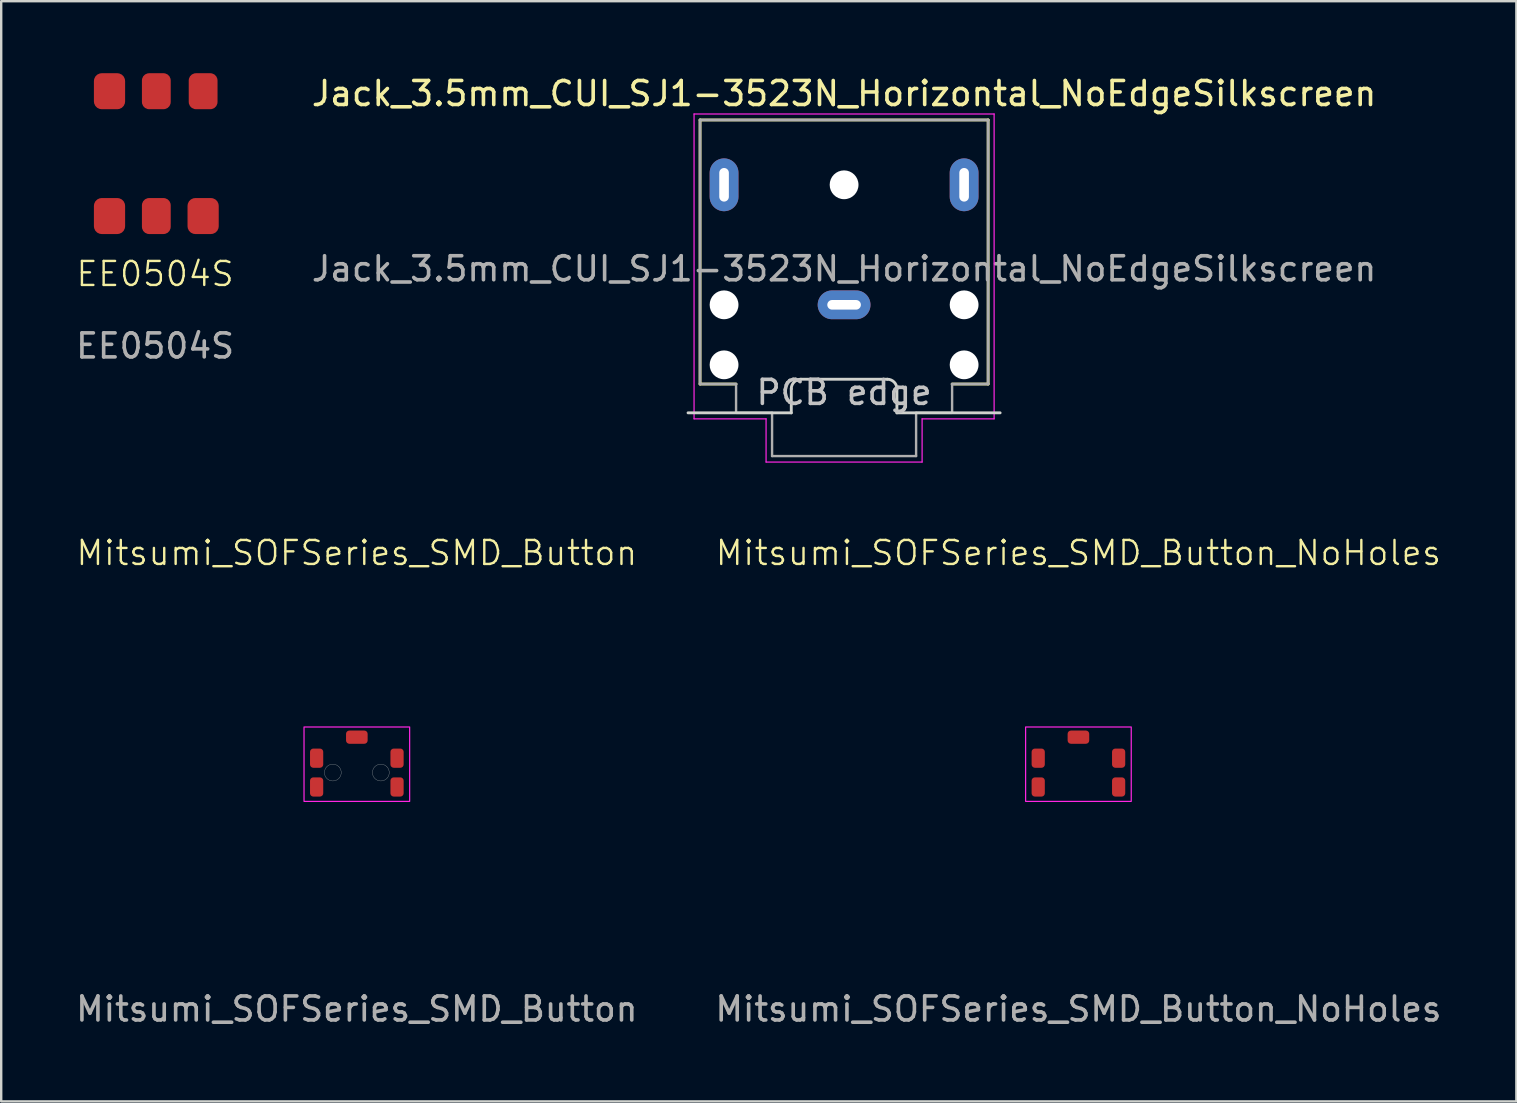
<source format=kicad_pcb>
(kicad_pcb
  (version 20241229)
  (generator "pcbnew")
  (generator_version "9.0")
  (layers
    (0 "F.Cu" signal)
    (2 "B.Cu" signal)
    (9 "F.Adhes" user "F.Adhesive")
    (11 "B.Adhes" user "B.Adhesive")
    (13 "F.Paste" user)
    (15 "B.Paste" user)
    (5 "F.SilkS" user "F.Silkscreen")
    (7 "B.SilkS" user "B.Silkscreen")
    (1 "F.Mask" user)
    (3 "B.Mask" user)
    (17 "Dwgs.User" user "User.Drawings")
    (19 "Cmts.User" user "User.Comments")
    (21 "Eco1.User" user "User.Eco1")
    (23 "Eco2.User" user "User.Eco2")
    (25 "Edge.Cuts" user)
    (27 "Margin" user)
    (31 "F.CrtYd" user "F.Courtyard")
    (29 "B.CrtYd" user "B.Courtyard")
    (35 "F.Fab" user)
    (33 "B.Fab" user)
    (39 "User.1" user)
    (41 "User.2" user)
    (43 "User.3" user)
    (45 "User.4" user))
  (footprint "Jack_3.5mm_CUI_SJ1-3523N_Horizontal_NoEdgeSilkscreen"
    (layer "F.Cu")
    (at 32.113 9.648)
    (property "Reference" "Jack_3.5mm_CUI_SJ1-3523N_Horizontal_NoEdgeSilkscreen" (at 0 -8.8 0) (layer "F.SilkS") (effects (font (size 1 1) (thickness 0.15))))
    (attr through_hole exclude_from_pos_files)
    (fp_line (start -6 -7.7) (end 6 -7.7) (stroke (width 0.12) (type solid)) (layer "F.SilkS"))
    (fp_line (start -6 3.3) (end -6 -7.7) (stroke (width 0.12) (type solid)) (layer "F.SilkS"))
    (fp_line (start -4.5 3.3) (end -6 3.3) (stroke (width 0.12) (type solid)) (layer "F.SilkS"))
    (fp_line (start 6 -7.7) (end 6 3.3) (stroke (width 0.12) (type solid)) (layer "F.SilkS"))
    (fp_line (start 6 3.3) (end 4.5 3.3) (stroke (width 0.12) (type solid)) (layer "F.SilkS"))
    (fp_line (start -2.2 3.5) (end -2.2 4.5) (stroke (width 0.12) (type solid)) (layer "Edge.Cuts"))
    (fp_line (start -2.2 4.5) (end -6.5 4.5) (stroke (width 0.12) (type solid)) (layer "Edge.Cuts"))
    (fp_line (start 1.8 3.1) (end -1.8 3.1) (stroke (width 0.12) (type solid)) (layer "Edge.Cuts"))
    (fp_line (start 2.2 3.5) (end 2.2 4.5) (stroke (width 0.12) (type solid)) (layer "Edge.Cuts"))
    (fp_line (start 2.2 4.5) (end 6.5 4.5) (stroke (width 0.12) (type solid)) (layer "Edge.Cuts"))
    (fp_arc (start -2.2 3.5) (mid -2.082843 3.217158) (end -1.8 3.1) (stroke (width 0.12) (type solid)) (layer "Edge.Cuts"))
    (fp_arc (start 1.8 3.1) (mid 2.082843 3.217157) (end 2.2 3.5) (stroke (width 0.12) (type solid)) (layer "Edge.Cuts"))
    (fp_line (start -6.25 -7.95) (end -6.25 4.75) (stroke (width 0.05) (type solid)) (layer "F.CrtYd"))
    (fp_line (start -6.25 4.75) (end -3.25 4.75) (stroke (width 0.05) (type solid)) (layer "F.CrtYd"))
    (fp_line (start -3.25 4.75) (end -3.25 6.55) (stroke (width 0.05) (type solid)) (layer "F.CrtYd"))
    (fp_line (start -3.25 6.55) (end 3.25 6.55) (stroke (width 0.05) (type solid)) (layer "F.CrtYd"))
    (fp_line (start 3.25 4.75) (end 6.25 4.75) (stroke (width 0.05) (type solid)) (layer "F.CrtYd"))
    (fp_line (start 3.25 6.55) (end 3.25 4.75) (stroke (width 0.05) (type solid)) (layer "F.CrtYd"))
    (fp_line (start 6.25 -7.95) (end -6.25 -7.95) (stroke (width 0.05) (type solid)) (layer "F.CrtYd"))
    (fp_line (start 6.25 4.5) (end 6.25 -7.95) (stroke (width 0.05) (type solid)) (layer "F.CrtYd"))
    (fp_line (start 6.25 4.75) (end 6.25 4.5) (stroke (width 0.05) (type solid)) (layer "F.CrtYd"))
    (fp_line (start -6 -7.7) (end 6 -7.7) (stroke (width 0.1) (type solid)) (layer "F.Fab"))
    (fp_line (start -6 3.3) (end -6 -7.7) (stroke (width 0.1) (type solid)) (layer "F.Fab"))
    (fp_line (start -4.5 3.3) (end -6 3.3) (stroke (width 0.1) (type solid)) (layer "F.Fab"))
    (fp_line (start -4.5 4.5) (end -4.5 3.3) (stroke (width 0.1) (type solid)) (layer "F.Fab"))
    (fp_line (start -4.5 4.5) (end -3 4.5) (stroke (width 0.1) (type solid)) (layer "F.Fab"))
    (fp_line (start -3 4.5) (end -3 6.3) (stroke (width 0.1) (type solid)) (layer "F.Fab"))
    (fp_line (start -3 6.3) (end 3 6.3) (stroke (width 0.1) (type solid)) (layer "F.Fab"))
    (fp_line (start 3 4.5) (end 3 6.3) (stroke (width 0.1) (type solid)) (layer "F.Fab"))
    (fp_line (start 4.5 3.3) (end 6 3.3) (stroke (width 0.1) (type solid)) (layer "F.Fab"))
    (fp_line (start 4.5 4.5) (end 3 4.5) (stroke (width 0.1) (type solid)) (layer "F.Fab"))
    (fp_line (start 4.5 4.5) (end 4.5 3.3) (stroke (width 0.1) (type solid)) (layer "F.Fab"))
    (fp_line (start 6 3.3) (end 6 -7.7) (stroke (width 0.1) (type solid)) (layer "F.Fab"))
    (fp_text user "PCB edge" (at 0 3.65 0) (unlocked yes) (layer "Dwgs.User") (effects (font (size 1 1) (thickness 0.15))))
    (fp_text user "${REFERENCE}" (at 0 -1.5 0) (layer "F.Fab") (effects (font (size 1 1) (thickness 0.15))))
    (pad "" np_thru_hole circle (at -5 0) (size 1.2 1.2) (drill 1.2) (layers "*.Cu" "*.Mask"))
    (pad "" np_thru_hole circle (at -5 2.5) (size 1.2 1.2) (drill 1.2) (layers "*.Cu" "*.Mask"))
    (pad "" np_thru_hole circle (at 0 -5) (size 1.2 1.2) (drill 1.2) (layers "*.Cu" "*.Mask"))
    (pad "" np_thru_hole circle (at 5 0) (size 1.2 1.2) (drill 1.2) (layers "*.Cu" "*.Mask"))
    (pad "" np_thru_hole circle (at 5 2.5) (size 1.2 1.2) (drill 1.2) (layers "*.Cu" "*.Mask"))
    (pad "R" thru_hole oval (at -5 -5) (size 1.2 2.2) (drill oval 0.4 1.4) (layers "*.Cu" "*.Mask"))
    (pad "S" thru_hole oval (at 0 0) (size 2.2 1.2) (drill oval 1.4 0.4) (layers "*.Cu" "*.Mask"))
    (pad "T" thru_hole oval (at 5 -5 180) (size 1.2 2.2) (drill oval 0.4 1.4) (layers "*.Cu" "*.Mask")))
  (footprint "Mitsumi_SOFSeries_SMD_Button_NoHoles"
    (layer "F.Cu")
    (at 41.875 29.134)
    (property "Reference" "Mitsumi_SOFSeries_SMD_Button_NoHoles" (at 0 -9.15 0) (unlocked yes) (layer "F.SilkS") (effects (font (size 1 1) (thickness 0.1))))
    (attr smd)
    (fp_poly (pts (xy -2.2 -1.9) (xy 2.2 -1.9) (xy 2.2 1.2) (xy -2.2 1.2)) (stroke (width 0.05) (type default)) (fill no) (layer "F.CrtYd"))
    (fp_text user "${REFERENCE}" (at 0.000001 9.85 0) (unlocked yes) (layer "F.Fab") (effects (font (size 1 1) (thickness 0.15))))
    (pad "1" smd roundrect (at -1.675 0.6) (size 0.55 0.8) (layers "F.Cu" "F.Mask" "F.Paste") (roundrect_rratio 0.25))
    (pad "2" smd roundrect (at 0 -1.475) (size 0.9 0.55) (layers "F.Cu" "F.Mask" "F.Paste") (roundrect_rratio 0.25))
    (pad "2" smd roundrect (at 1.675 -0.6) (size 0.55 0.8) (layers "F.Cu" "F.Mask" "F.Paste") (roundrect_rratio 0.25))
    (pad "2" smd roundrect (at 1.675 0.6) (size 0.55 0.8) (layers "F.Cu" "F.Mask" "F.Paste") (roundrect_rratio 0.25))
    (pad "3" smd roundrect (at -1.675 -0.6) (size 0.55 0.8) (layers "F.Cu" "F.Mask" "F.Paste") (roundrect_rratio 0.25)))
  (footprint "Mitsumi_SOFSeries_SMD_Button"
    (layer "F.Cu")
    (at 11.815 29.134)
    (property "Reference" "Mitsumi_SOFSeries_SMD_Button" (at 0 -9.15 0) (unlocked yes) (layer "F.SilkS") (effects (font (size 1 1) (thickness 0.1))))
    (attr smd)
    (fp_circle (center -1 0) (end -0.65 0) (stroke (width 0.01) (type solid)) (fill no) (layer "Edge.Cuts"))
    (fp_circle (center 1 0) (end 1.35 0) (stroke (width 0.01) (type solid)) (fill no) (layer "Edge.Cuts"))
    (fp_rect (start -2.2 -1.9) (end 2.2 1.2) (stroke (width 0.05) (type default)) (fill no) (layer "F.CrtYd"))
    (fp_text user "${REFERENCE}" (at 0 9.85 0) (unlocked yes) (layer "F.Fab") (effects (font (size 1 1) (thickness 0.15))))
    (pad "1" smd roundrect (at -1.675 0.6) (size 0.55 0.8) (layers "F.Cu" "F.Mask" "F.Paste") (roundrect_rratio 0.25))
    (pad "2" smd roundrect (at 0 -1.475) (size 0.9 0.55) (layers "F.Cu" "F.Mask" "F.Paste") (roundrect_rratio 0.25))
    (pad "2" smd roundrect (at 1.675 -0.6) (size 0.55 0.8) (layers "F.Cu" "F.Mask" "F.Paste") (roundrect_rratio 0.25))
    (pad "2" smd roundrect (at 1.675 0.6) (size 0.55 0.8) (layers "F.Cu" "F.Mask" "F.Paste") (roundrect_rratio 0.25))
    (pad "3" smd roundrect (at -1.675 -0.6) (size 0.55 0.8) (layers "F.Cu" "F.Mask" "F.Paste") (roundrect_rratio 0.25)))
  (footprint "EE0504S"
    (layer "F.Cu")
    (at 3.462 3.35)
    (property "Reference" "EE0504S" (at -0.051 5.012 0) (unlocked yes) (layer "F.SilkS") (effects (font (size 1 1) (thickness 0.1))))
    (attr smd)
    (fp_text user "${REFERENCE}" (at -0.051 8.012 0) (unlocked yes) (layer "F.Fab") (effects (font (size 1 1) (thickness 0.15))))
    (pad "1" smd roundrect (at -1.95 -2.6) (size 1.3 1.5) (layers "F.Cu" "F.Mask" "F.Paste") (roundrect_rratio 0.25))
    (pad "2" smd roundrect (at 0 2.6) (size 1.2 1.5) (layers "F.Cu" "F.Mask" "F.Paste") (roundrect_rratio 0.25))
    (pad "3" smd roundrect (at 1.95 -2.6) (size 1.2 1.5) (layers "F.Cu" "F.Mask" "F.Paste") (roundrect_rratio 0.25))
    (pad "4" smd roundrect (at 1.95 2.6) (size 1.3 1.5) (layers "F.Cu" "F.Mask" "F.Paste") (roundrect_rratio 0.25))
    (pad "5" smd roundrect (at 0 -2.6) (size 1.2 1.5) (layers "F.Cu" "F.Mask" "F.Paste") (roundrect_rratio 0.25))
    (pad "6" smd roundrect (at -1.95 2.6) (size 1.3 1.5) (layers "F.Cu" "F.Mask" "F.Paste") (roundrect_rratio 0.25)))
  (gr_rect
    (start -3 -3)
    (end 60.119 42.832)
    (stroke (width 0.1) (type default))
    (fill no)
    (layer "Edge.Cuts")))
</source>
